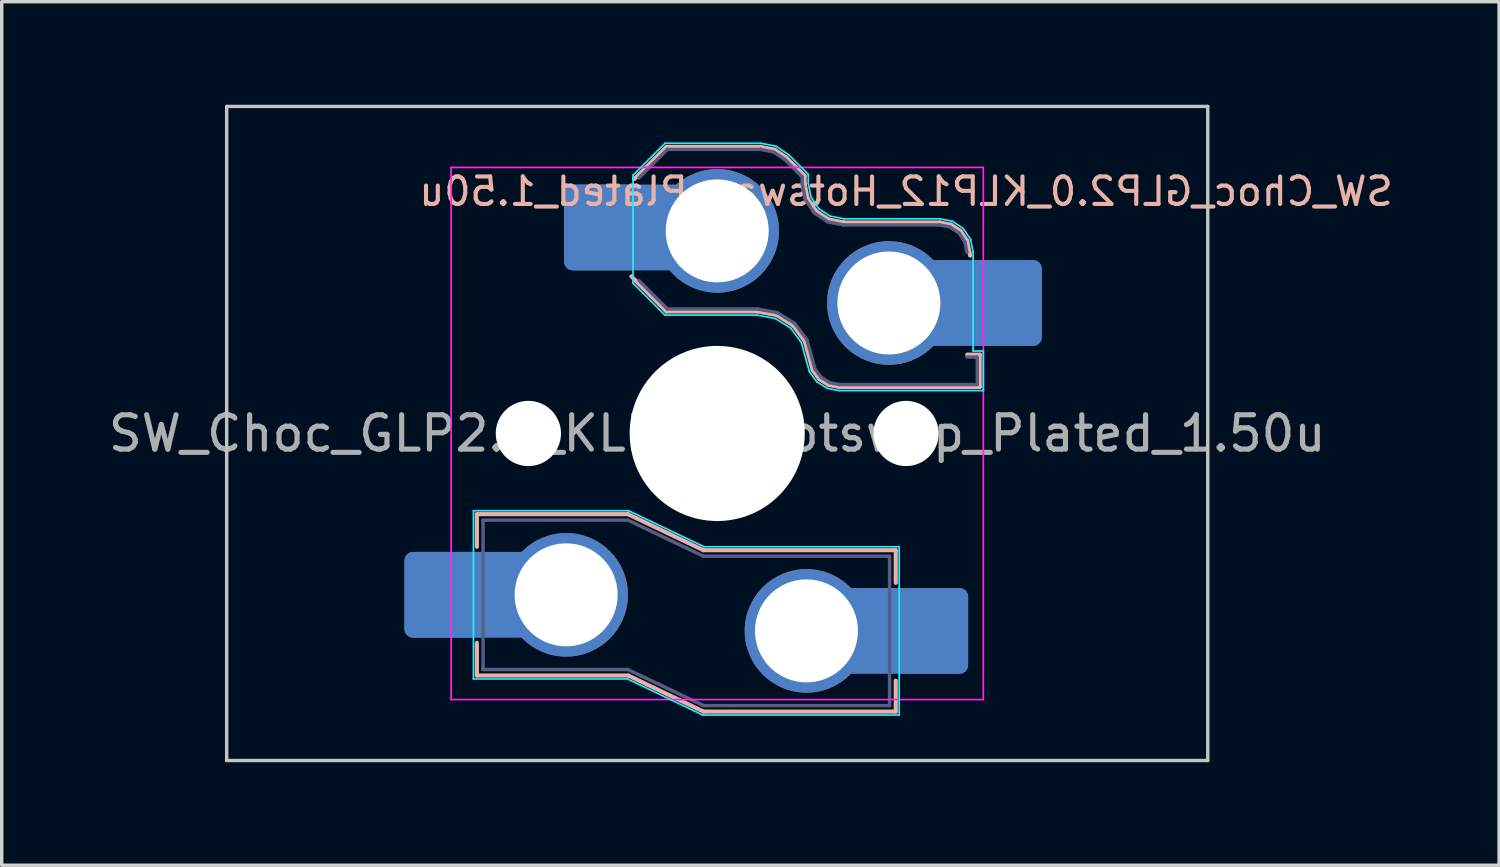
<source format=kicad_pcb>
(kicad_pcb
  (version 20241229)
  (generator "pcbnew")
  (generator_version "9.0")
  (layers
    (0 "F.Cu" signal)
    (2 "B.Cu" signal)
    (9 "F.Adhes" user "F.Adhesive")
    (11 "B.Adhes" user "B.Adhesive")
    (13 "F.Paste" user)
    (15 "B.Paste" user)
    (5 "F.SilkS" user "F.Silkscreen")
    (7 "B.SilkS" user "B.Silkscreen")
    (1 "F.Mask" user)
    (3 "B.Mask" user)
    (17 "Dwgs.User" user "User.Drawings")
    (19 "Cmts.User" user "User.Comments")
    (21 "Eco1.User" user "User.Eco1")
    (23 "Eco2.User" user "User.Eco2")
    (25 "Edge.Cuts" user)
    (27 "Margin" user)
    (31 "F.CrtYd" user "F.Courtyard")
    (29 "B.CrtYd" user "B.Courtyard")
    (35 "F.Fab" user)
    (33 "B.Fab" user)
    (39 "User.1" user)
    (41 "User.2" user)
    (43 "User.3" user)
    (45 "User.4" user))
  (footprint "SW_Choc_GLP2.0_KLP12_Hotswap_Plated_1.50u"
    (layer "F.Cu")
    (at 17.839 9.575)
    (property "Reference" "SW_Choc_GLP2.0_KLP12_Hotswap_Plated_1.50u" (at 5.5 -7.05 180) (layer "B.SilkS") (effects (font (size 0.8 0.8) (thickness 0.12)) (justify mirror)))
    (attr smd)
    (fp_line (start -7 2.35) (end -7 3.3) (stroke (width 0.12) (type solid)) (layer "B.SilkS"))
    (fp_line (start -7 2.35) (end -2.6 2.35) (stroke (width 0.12) (type solid)) (layer "B.SilkS"))
    (fp_line (start -7 7.05) (end -7 6.1) (stroke (width 0.12) (type solid)) (layer "B.SilkS"))
    (fp_line (start -7 7.05) (end -2.59 7.05) (stroke (width 0.12) (type solid)) (layer "B.SilkS"))
    (fp_line (start -2.6 2.35) (end -0.4 3.4) (stroke (width 0.12) (type solid)) (layer "B.SilkS"))
    (fp_line (start -2.59 7.05) (end -0.4 8.1) (stroke (width 0.12) (type solid)) (layer "B.SilkS"))
    (fp_line (start -2.416 -7.409) (end -1.479 -8.346) (stroke (width 0.12) (type solid)) (layer "B.SilkS"))
    (fp_line (start -1.479 -8.346) (end 1.268 -8.346) (stroke (width 0.12) (type solid)) (layer "B.SilkS"))
    (fp_line (start -1.479 -3.554) (end -2.5 -4.575) (stroke (width 0.12) (type solid)) (layer "B.SilkS"))
    (fp_line (start 1.168 -3.554) (end -1.479 -3.554) (stroke (width 0.12) (type solid)) (layer "B.SilkS"))
    (fp_line (start 1.268 -8.346) (end 1.671 -8.266) (stroke (width 0.12) (type solid)) (layer "B.SilkS"))
    (fp_line (start 1.671 -8.266) (end 2.013 -8.037) (stroke (width 0.12) (type solid)) (layer "B.SilkS"))
    (fp_line (start 1.73 -3.449) (end 1.168 -3.554) (stroke (width 0.12) (type solid)) (layer "B.SilkS"))
    (fp_line (start 2.013 -8.037) (end 2.546 -7.504) (stroke (width 0.12) (type solid)) (layer "B.SilkS"))
    (fp_line (start 2.209 -3.15) (end 1.73 -3.449) (stroke (width 0.12) (type solid)) (layer "B.SilkS"))
    (fp_line (start 2.546 -7.504) (end 2.546 -7.282) (stroke (width 0.12) (type solid)) (layer "B.SilkS"))
    (fp_line (start 2.546 -7.282) (end 2.633 -6.844) (stroke (width 0.12) (type solid)) (layer "B.SilkS"))
    (fp_line (start 2.547 -2.697) (end 2.209 -3.15) (stroke (width 0.12) (type solid)) (layer "B.SilkS"))
    (fp_line (start 2.633 -6.844) (end 2.877 -6.477) (stroke (width 0.12) (type solid)) (layer "B.SilkS"))
    (fp_line (start 2.701 -2.139) (end 2.547 -2.697) (stroke (width 0.12) (type solid)) (layer "B.SilkS"))
    (fp_line (start 2.783 -1.841) (end 2.701 -2.139) (stroke (width 0.12) (type solid)) (layer "B.SilkS"))
    (fp_line (start 2.877 -6.477) (end 3.244 -6.233) (stroke (width 0.12) (type solid)) (layer "B.SilkS"))
    (fp_line (start 2.976 -1.583) (end 2.783 -1.841) (stroke (width 0.12) (type solid)) (layer "B.SilkS"))
    (fp_line (start 3.244 -6.233) (end 3.682 -6.146) (stroke (width 0.12) (type solid)) (layer "B.SilkS"))
    (fp_line (start 3.25 -1.413) (end 2.976 -1.583) (stroke (width 0.12) (type solid)) (layer "B.SilkS"))
    (fp_line (start 3.56 -1.354) (end 3.25 -1.413) (stroke (width 0.12) (type solid)) (layer "B.SilkS"))
    (fp_line (start 3.682 -6.146) (end 6.482 -6.146) (stroke (width 0.12) (type solid)) (layer "B.SilkS"))
    (fp_line (start 5.2 3.4) (end -0.4 3.4) (stroke (width 0.12) (type solid)) (layer "B.SilkS"))
    (fp_line (start 5.2 3.4) (end 5.2 4.35) (stroke (width 0.12) (type solid)) (layer "B.SilkS"))
    (fp_line (start 5.2 8.1) (end -0.4 8.1) (stroke (width 0.12) (type solid)) (layer "B.SilkS"))
    (fp_line (start 5.2 8.1) (end 5.2 7.2) (stroke (width 0.12) (type solid)) (layer "B.SilkS"))
    (fp_line (start 6.482 -6.146) (end 6.809 -6.081) (stroke (width 0.12) (type solid)) (layer "B.SilkS"))
    (fp_line (start 6.809 -6.081) (end 7.092 -5.892) (stroke (width 0.12) (type solid)) (layer "B.SilkS"))
    (fp_line (start 7.092 -5.892) (end 7.281 -5.609) (stroke (width 0.12) (type solid)) (layer "B.SilkS"))
    (fp_line (start 7.281 -5.609) (end 7.366 -5.182) (stroke (width 0.12) (type solid)) (layer "B.SilkS"))
    (fp_line (start 7.283 -2.296) (end 7.646 -2.296) (stroke (width 0.12) (type solid)) (layer "B.SilkS"))
    (fp_line (start 7.646 -2.296) (end 7.646 -1.354) (stroke (width 0.12) (type solid)) (layer "B.SilkS"))
    (fp_line (start 7.646 -1.354) (end 3.56 -1.354) (stroke (width 0.12) (type solid)) (layer "B.SilkS"))
    (fp_line (start -14.287 -9.525) (end -14.287 9.525) (stroke (width 0.1) (type default)) (layer "Dwgs.User"))
    (fp_line (start 14.287 -9.525) (end -14.287 -9.525) (stroke (width 0.1) (type solid)) (layer "Dwgs.User"))
    (fp_line (start 14.287 -9.525) (end 14.287 9.525) (stroke (width 0.1) (type default)) (layer "Dwgs.User"))
    (fp_line (start 14.287 9.525) (end -14.287 9.525) (stroke (width 0.1) (type solid)) (layer "Dwgs.User"))
    (fp_line (start -7.1 2.25) (end -7.1 7.15) (stroke (width 0.05) (type solid)) (layer "B.CrtYd"))
    (fp_line (start -7.1 2.25) (end -2.58 2.25) (stroke (width 0.05) (type solid)) (layer "B.CrtYd"))
    (fp_line (start -7.1 7.15) (end -2.615 7.15) (stroke (width 0.05) (type solid)) (layer "B.CrtYd"))
    (fp_line (start -2.615 7.15) (end -0.425 8.2) (stroke (width 0.05) (type solid)) (layer "B.CrtYd"))
    (fp_line (start -2.58 2.25) (end -0.38 3.3) (stroke (width 0.05) (type solid)) (layer "B.CrtYd"))
    (fp_line (start -2.452 -7.523) (end -1.523 -8.452) (stroke (width 0.05) (type solid)) (layer "B.CrtYd"))
    (fp_line (start -2.452 -4.377) (end -2.452 -7.523) (stroke (width 0.05) (type solid)) (layer "B.CrtYd"))
    (fp_line (start -1.523 -8.452) (end 1.278 -8.452) (stroke (width 0.05) (type solid)) (layer "B.CrtYd"))
    (fp_line (start -1.523 -3.448) (end -2.452 -4.377) (stroke (width 0.05) (type solid)) (layer "B.CrtYd"))
    (fp_line (start 1.159 -3.448) (end -1.523 -3.448) (stroke (width 0.05) (type solid)) (layer "B.CrtYd"))
    (fp_line (start 1.278 -8.452) (end 1.712 -8.366) (stroke (width 0.05) (type solid)) (layer "B.CrtYd"))
    (fp_line (start 1.691 -3.348) (end 1.159 -3.448) (stroke (width 0.05) (type solid)) (layer "B.CrtYd"))
    (fp_line (start 1.712 -8.366) (end 2.081 -8.119) (stroke (width 0.05) (type solid)) (layer "B.CrtYd"))
    (fp_line (start 2.081 -8.119) (end 2.652 -7.548) (stroke (width 0.05) (type solid)) (layer "B.CrtYd"))
    (fp_line (start 2.136 -3.071) (end 1.691 -3.348) (stroke (width 0.05) (type solid)) (layer "B.CrtYd"))
    (fp_line (start 2.45 -2.65) (end 2.136 -3.071) (stroke (width 0.05) (type solid)) (layer "B.CrtYd"))
    (fp_line (start 2.599 -2.111) (end 2.45 -2.65) (stroke (width 0.05) (type solid)) (layer "B.CrtYd"))
    (fp_line (start 2.652 -7.548) (end 2.652 -7.292) (stroke (width 0.05) (type solid)) (layer "B.CrtYd"))
    (fp_line (start 2.652 -7.292) (end 2.733 -6.885) (stroke (width 0.05) (type solid)) (layer "B.CrtYd"))
    (fp_line (start 2.687 -1.794) (end 2.599 -2.111) (stroke (width 0.05) (type solid)) (layer "B.CrtYd"))
    (fp_line (start 2.733 -6.885) (end 2.953 -6.553) (stroke (width 0.05) (type solid)) (layer "B.CrtYd"))
    (fp_line (start 2.903 -1.503) (end 2.687 -1.794) (stroke (width 0.05) (type solid)) (layer "B.CrtYd"))
    (fp_line (start 2.953 -6.553) (end 3.285 -6.333) (stroke (width 0.05) (type solid)) (layer "B.CrtYd"))
    (fp_line (start 3.211 -1.312) (end 2.903 -1.503) (stroke (width 0.05) (type solid)) (layer "B.CrtYd"))
    (fp_line (start 3.285 -6.333) (end 3.692 -6.252) (stroke (width 0.05) (type solid)) (layer "B.CrtYd"))
    (fp_line (start 3.55 -1.248) (end 3.211 -1.312) (stroke (width 0.05) (type solid)) (layer "B.CrtYd"))
    (fp_line (start 3.692 -6.252) (end 6.492 -6.252) (stroke (width 0.05) (type solid)) (layer "B.CrtYd"))
    (fp_line (start 5.3 3.3) (end -0.38 3.3) (stroke (width 0.05) (type solid)) (layer "B.CrtYd"))
    (fp_line (start 5.3 3.3) (end 5.3 8.2) (stroke (width 0.05) (type solid)) (layer "B.CrtYd"))
    (fp_line (start 5.3 8.2) (end -0.425 8.2) (stroke (width 0.05) (type solid)) (layer "B.CrtYd"))
    (fp_line (start 6.492 -6.252) (end 6.85 -6.181) (stroke (width 0.05) (type solid)) (layer "B.CrtYd"))
    (fp_line (start 6.85 -6.181) (end 7.168 -5.968) (stroke (width 0.05) (type solid)) (layer "B.CrtYd"))
    (fp_line (start 7.168 -5.968) (end 7.381 -5.65) (stroke (width 0.05) (type solid)) (layer "B.CrtYd"))
    (fp_line (start 7.381 -5.65) (end 7.452 -5.292) (stroke (width 0.05) (type solid)) (layer "B.CrtYd"))
    (fp_line (start 7.452 -5.292) (end 7.452 -2.402) (stroke (width 0.05) (type solid)) (layer "B.CrtYd"))
    (fp_line (start 7.452 -2.402) (end 7.752 -2.402) (stroke (width 0.05) (type solid)) (layer "B.CrtYd"))
    (fp_line (start 7.752 -2.402) (end 7.752 -1.248) (stroke (width 0.05) (type solid)) (layer "B.CrtYd"))
    (fp_line (start 7.752 -1.248) (end 3.55 -1.248) (stroke (width 0.05) (type solid)) (layer "B.CrtYd"))
    (fp_line (start -7.75 7.75) (end -7.75 -7.75) (stroke (width 0.05) (type solid)) (layer "F.CrtYd"))
    (fp_line (start 7.75 -7.75) (end -7.75 -7.75) (stroke (width 0.05) (type solid)) (layer "F.CrtYd"))
    (fp_line (start 7.75 -7.75) (end 7.75 7.75) (stroke (width 0.05) (type solid)) (layer "F.CrtYd"))
    (fp_line (start 7.75 7.75) (end -7.75 7.75) (stroke (width 0.05) (type solid)) (layer "F.CrtYd"))
    (fp_line (start -6.82 2.525) (end -6.82 6.875) (stroke (width 0.1) (type solid)) (layer "B.Fab"))
    (fp_line (start -6.82 2.525) (end -2.6 2.525) (stroke (width 0.1) (type solid)) (layer "B.Fab"))
    (fp_line (start -6.82 6.875) (end -2.6 6.875) (stroke (width 0.1) (type solid)) (layer "B.Fab"))
    (fp_line (start -2.6 2.525) (end -0.4 3.575) (stroke (width 0.1) (type solid)) (layer "B.Fab"))
    (fp_line (start -2.6 6.875) (end -0.4 7.925) (stroke (width 0.1) (type solid)) (layer "B.Fab"))
    (fp_line (start -2.275 -7.45) (end -1.45 -8.275) (stroke (width 0.1) (type solid)) (layer "B.Fab"))
    (fp_line (start -1.45 -8.275) (end 1.261 -8.275) (stroke (width 0.1) (type solid)) (layer "B.Fab"))
    (fp_line (start -1.45 -3.625) (end -2.275 -4.45) (stroke (width 0.1) (type solid)) (layer "B.Fab"))
    (fp_line (start 0.4 7.925) (end -0.4 7.925) (stroke (width 0.1) (type solid)) (layer "B.Fab"))
    (fp_line (start 1.175 -3.625) (end -1.45 -3.625) (stroke (width 0.1) (type solid)) (layer "B.Fab"))
    (fp_line (start 1.261 -8.275) (end 1.643 -8.199) (stroke (width 0.1) (type solid)) (layer "B.Fab"))
    (fp_line (start 1.643 -8.199) (end 1.968 -7.982) (stroke (width 0.1) (type solid)) (layer "B.Fab"))
    (fp_line (start 1.756 -3.516) (end 1.175 -3.625) (stroke (width 0.1) (type solid)) (layer "B.Fab"))
    (fp_line (start 1.968 -7.982) (end 2.475 -7.475) (stroke (width 0.1) (type solid)) (layer "B.Fab"))
    (fp_line (start 2.258 -3.203) (end 1.756 -3.516) (stroke (width 0.1) (type solid)) (layer "B.Fab"))
    (fp_line (start 2.475 -7.475) (end 2.475 -7.275) (stroke (width 0.1) (type solid)) (layer "B.Fab"))
    (fp_line (start 2.475 -7.275) (end 2.566 -6.816) (stroke (width 0.1) (type solid)) (layer "B.Fab"))
    (fp_line (start 2.566 -6.816) (end 2.826 -6.426) (stroke (width 0.1) (type solid)) (layer "B.Fab"))
    (fp_line (start 2.612 -2.729) (end 2.258 -3.203) (stroke (width 0.1) (type solid)) (layer "B.Fab"))
    (fp_line (start 2.769 -2.158) (end 2.612 -2.729) (stroke (width 0.1) (type solid)) (layer "B.Fab"))
    (fp_line (start 2.826 -6.426) (end 3.216 -6.166) (stroke (width 0.1) (type solid)) (layer "B.Fab"))
    (fp_line (start 2.848 -1.873) (end 2.769 -2.158) (stroke (width 0.1) (type solid)) (layer "B.Fab"))
    (fp_line (start 3.025 -1.636) (end 2.848 -1.873) (stroke (width 0.1) (type solid)) (layer "B.Fab"))
    (fp_line (start 3.216 -6.166) (end 3.675 -6.075) (stroke (width 0.1) (type solid)) (layer "B.Fab"))
    (fp_line (start 3.276 -1.48) (end 3.025 -1.636) (stroke (width 0.1) (type solid)) (layer "B.Fab"))
    (fp_line (start 3.567 -1.425) (end 3.276 -1.48) (stroke (width 0.1) (type solid)) (layer "B.Fab"))
    (fp_line (start 3.675 -6.075) (end 6.475 -6.075) (stroke (width 0.1) (type solid)) (layer "B.Fab"))
    (fp_line (start 5.02 3.575) (end -0.4 3.575) (stroke (width 0.1) (type solid)) (layer "B.Fab"))
    (fp_line (start 5.02 3.575) (end 5.02 7.925) (stroke (width 0.1) (type solid)) (layer "B.Fab"))
    (fp_line (start 5.02 7.925) (end 0.4 7.925) (stroke (width 0.1) (type solid)) (layer "B.Fab"))
    (fp_line (start 6.475 -6.075) (end 6.781 -6.014) (stroke (width 0.1) (type solid)) (layer "B.Fab"))
    (fp_line (start 6.781 -6.014) (end 7.041 -5.841) (stroke (width 0.1) (type solid)) (layer "B.Fab"))
    (fp_line (start 7.041 -5.841) (end 7.214 -5.581) (stroke (width 0.1) (type solid)) (layer "B.Fab"))
    (fp_line (start 7.214 -5.581) (end 7.275 -5.275) (stroke (width 0.1) (type solid)) (layer "B.Fab"))
    (fp_line (start 7.275 -2.225) (end 7.575 -2.225) (stroke (width 0.1) (type solid)) (layer "B.Fab"))
    (fp_line (start 7.575 -2.225) (end 7.575 -1.425) (stroke (width 0.1) (type solid)) (layer "B.Fab"))
    (fp_line (start 7.575 -1.425) (end 3.567 -1.425) (stroke (width 0.1) (type solid)) (layer "B.Fab"))
    (fp_rect (start -7.05 -7.05) (end 7.05 7.05) (stroke (width 0.12) (type default)) (fill no) (layer "User.1"))
    (fp_text user "${REFERENCE}" (at 0 0 0) (layer "F.Fab") (effects (font (size 1 1) (thickness 0.15))))
    (pad "" np_thru_hole circle (at -5.5 0) (size 1.9 1.9) (drill 1.9) (layers "*.Cu" "*.Mask"))
    (pad "" np_thru_hole circle (at 0 0) (size 5.1 5.1) (drill 5.1) (layers "*.Cu" "*.Mask"))
    (pad "" np_thru_hole circle (at 5.5 0) (size 1.9 1.9) (drill 1.9) (layers "*.Cu" "*.Mask"))
    (pad "1" thru_hole circle (at 2.6 5.75) (size 3.6 3.6) (drill 3) (layers "*.Cu" "*.Mask"))
    (pad "1" thru_hole circle (at 5 -3.8) (size 3.6 3.6) (drill 3) (layers "*.Cu" "*.Mask"))
    (pad "1" smd roundrect (at 5.383 5.75) (size 3.85 2.5) (layers "B.Cu") (roundrect_rratio 0.1))
    (pad "1" smd roundrect (at 6.229 5.75) (size 2.159 2.5) (layers "B.Cu" "B.Mask" "B.Paste") (roundrect_rratio 0.116))
    (pad "1" smd roundrect (at 7.53 -3.8) (size 3.85 2.5) (layers "B.Cu") (roundrect_rratio 0.1))
    (pad "1" smd roundrect (at 8.376 -3.8) (size 2.159 2.5) (layers "B.Cu" "B.Mask" "B.Paste") (roundrect_rratio 0.116))
    (pad "2" smd roundrect (at -8.03 4.7) (size 2.159 2.5) (layers "B.Cu" "B.Mask" "B.Paste") (roundrect_rratio 0.116))
    (pad "2" smd roundrect (at -7.185 4.699) (size 3.85 2.5) (layers "B.Cu") (roundrect_rratio 0.1))
    (pad "2" thru_hole circle (at -4.4 4.7) (size 3.6 3.6) (drill 3) (layers "*.Cu" "*.Mask"))
    (pad "2" smd roundrect (at -3.381 -6) (size 2.159 2.5) (layers "B.Cu" "B.Mask" "B.Paste") (roundrect_rratio 0.116))
    (pad "2" smd roundrect (at -2.535 -6) (size 3.85 2.5) (layers "B.Cu") (roundrect_rratio 0.1))
    (pad "2" thru_hole circle (at 0 -5.9) (size 3.6 3.6) (drill 3) (layers "*.Cu" "*.Mask")))
  (gr_rect
    (start -3 -3)
    (end 40.611 22.15)
    (stroke (width 0.1) (type default))
    (fill no)
    (layer "Edge.Cuts")))
</source>
